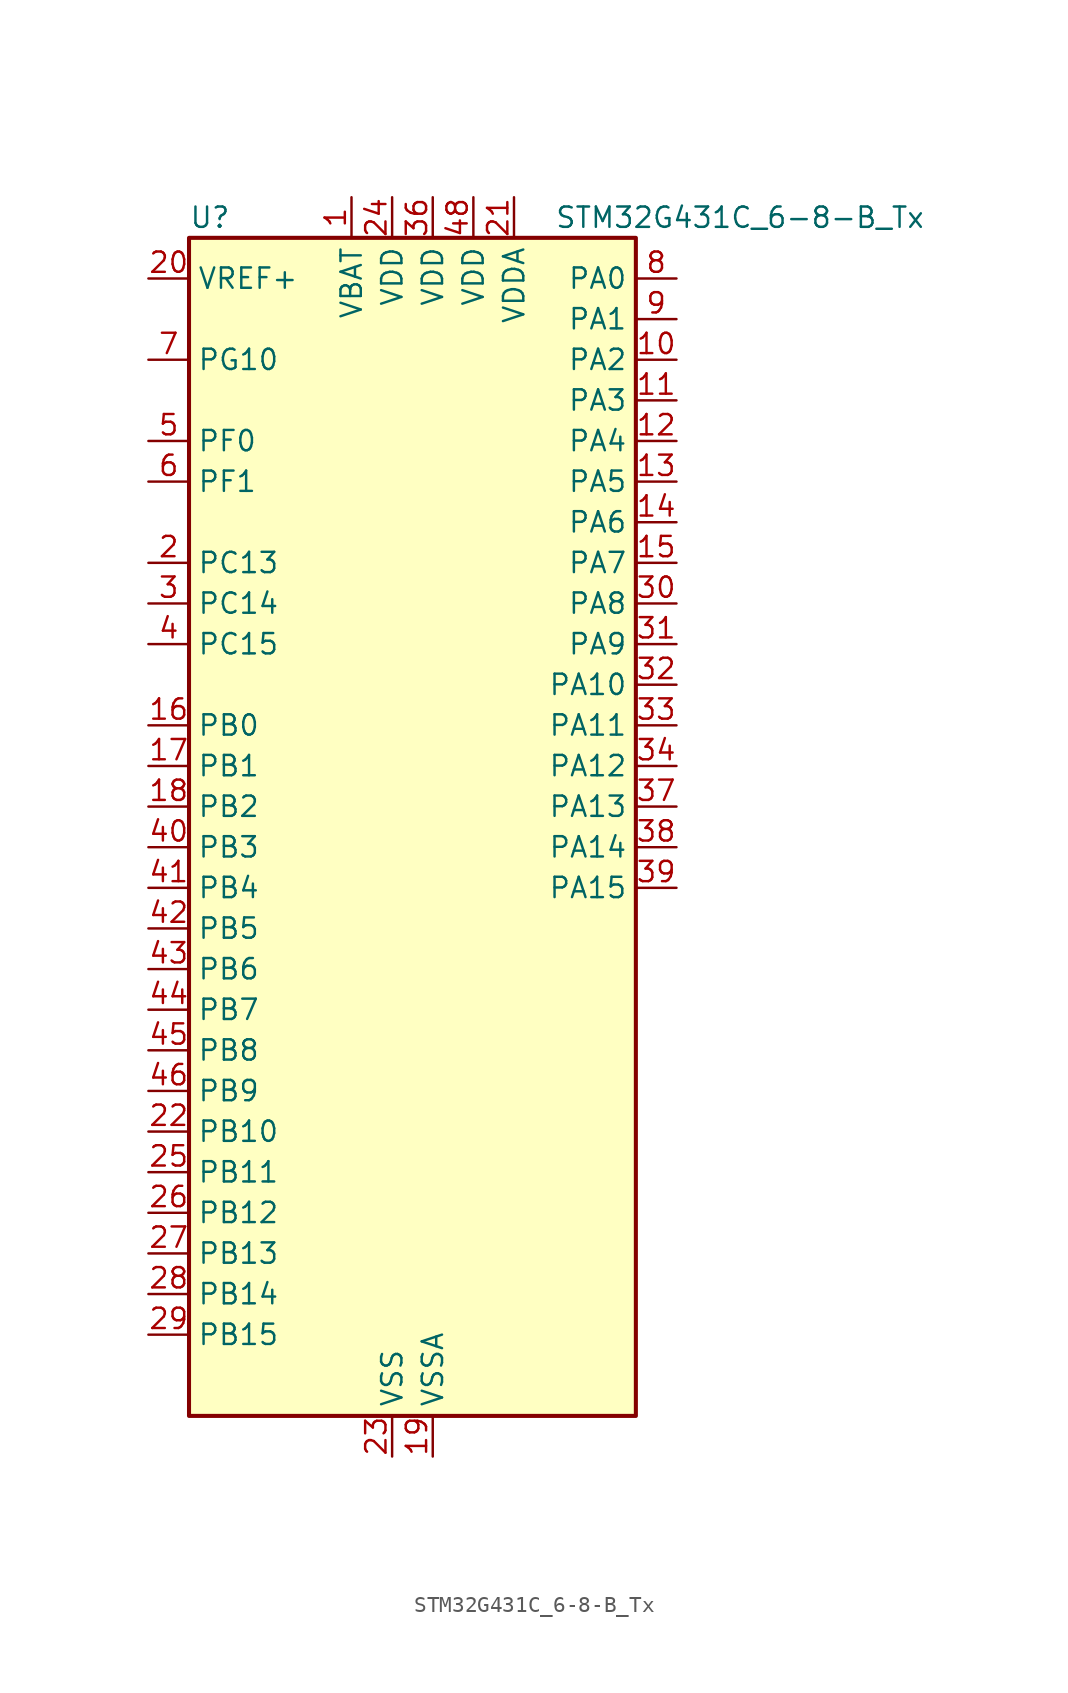
<source format=kicad_sym>
(kicad_symbol_lib
  (version 20231120)
  (generator "kicad_symbol_editor")
  (generator_version "8.0")
  (symbol "STM32G431C_6-8-B_Tx"
    (property "Reference" "U"
      (at -12.7 39.37 0)
      (effects (font (size 1.27 1.27)) (justify left)))
    (property "Value" "STM32G431C_6-8-B_Tx"
      (at 10.16 39.37 0)
      (effects (font (size 1.27 1.27)) (justify left)))
    (property "ki_locked" ""
      (at 0 0 0)
      (effects (font (size 1.27 1.27))))
    (symbol "STM32G431C_6-8-B_Tx_0_1"
      (rectangle (start -12.7 -35.56) (end 15.24 38.1) (stroke (width 0.254) (type default)) (fill (type background))))
    (symbol "STM32G431C_6-8-B_Tx_1_1"
      (pin power_in line (at -2.54 40.64 270) (length 2.54) (name "VBAT" (effects (font (size 1.27 1.27)))) (number "1" (effects (font (size 1.27 1.27)))))
      (pin bidirectional line (at 17.78 30.48 180) (length 2.54) (name "PA2" (effects (font (size 1.27 1.27)))) (number "10" (effects (font (size 1.27 1.27)))) (alternate "ADC1_IN3" bidirectional line) (alternate "COMP2_INM" bidirectional line) (alternate "COMP2_OUT" bidirectional line) (alternate "LPUART1_TX" bidirectional line) (alternate "OPAMP1_VOUT" bidirectional line) (alternate "RCC_LSCO" bidirectional line) (alternate "SYS_WKUP4" bidirectional line) (alternate "TIM15_CH1" bidirectional line) (alternate "TIM2_CH3" bidirectional line) (alternate "UCPD1_FRSTX1" bidirectional line) (alternate "UCPD1_FRSTX2" bidirectional line) (alternate "USART2_TX" bidirectional line))
      (pin bidirectional line (at 17.78 27.94 180) (length 2.54) (name "PA3" (effects (font (size 1.27 1.27)))) (number "11" (effects (font (size 1.27 1.27)))) (alternate "ADC1_IN4" bidirectional line) (alternate "COMP2_INP" bidirectional line) (alternate "LPUART1_RX" bidirectional line) (alternate "OPAMP1_VINM" bidirectional line) (alternate "OPAMP1_VINM0" bidirectional line) (alternate "OPAMP1_VINM_SEC" bidirectional line) (alternate "OPAMP1_VINP" bidirectional line) (alternate "OPAMP1_VINP_SEC" bidirectional line) (alternate "SAI1_CK1" bidirectional line) (alternate "SAI1_MCLK_A" bidirectional line) (alternate "TIM15_CH2" bidirectional line) (alternate "TIM2_CH4" bidirectional line) (alternate "USART2_RX" bidirectional line))
      (pin bidirectional line (at 17.78 25.4 180) (length 2.54) (name "PA4" (effects (font (size 1.27 1.27)))) (number "12" (effects (font (size 1.27 1.27)))) (alternate "ADC2_IN17" bidirectional line) (alternate "COMP1_INM" bidirectional line) (alternate "DAC1_OUT1" bidirectional line) (alternate "I2S3_WS" bidirectional line) (alternate "SAI1_FS_B" bidirectional line) (alternate "SPI1_NSS" bidirectional line) (alternate "SPI3_NSS" bidirectional line) (alternate "TIM3_CH2" bidirectional line) (alternate "USART2_CK" bidirectional line))
      (pin bidirectional line (at 17.78 22.86 180) (length 2.54) (name "PA5" (effects (font (size 1.27 1.27)))) (number "13" (effects (font (size 1.27 1.27)))) (alternate "ADC2_IN13" bidirectional line) (alternate "COMP2_INM" bidirectional line) (alternate "DAC1_OUT2" bidirectional line) (alternate "OPAMP2_VINM" bidirectional line) (alternate "OPAMP2_VINM0" bidirectional line) (alternate "OPAMP2_VINM_SEC" bidirectional line) (alternate "SPI1_SCK" bidirectional line) (alternate "TIM2_CH1" bidirectional line) (alternate "TIM2_ETR" bidirectional line) (alternate "UCPD1_FRSTX1" bidirectional line) (alternate "UCPD1_FRSTX2" bidirectional line))
      (pin bidirectional line (at 17.78 20.32 180) (length 2.54) (name "PA6" (effects (font (size 1.27 1.27)))) (number "14" (effects (font (size 1.27 1.27)))) (alternate "ADC2_IN3" bidirectional line) (alternate "COMP1_OUT" bidirectional line) (alternate "LPUART1_CTS" bidirectional line) (alternate "OPAMP2_VOUT" bidirectional line) (alternate "SPI1_MISO" bidirectional line) (alternate "TIM16_CH1" bidirectional line) (alternate "TIM1_BKIN" bidirectional line) (alternate "TIM3_CH1" bidirectional line) (alternate "TIM8_BKIN" bidirectional line))
      (pin bidirectional line (at 17.78 17.78 180) (length 2.54) (name "PA7" (effects (font (size 1.27 1.27)))) (number "15" (effects (font (size 1.27 1.27)))) (alternate "ADC2_IN4" bidirectional line) (alternate "COMP2_INP" bidirectional line) (alternate "COMP2_OUT" bidirectional line) (alternate "OPAMP1_VINP" bidirectional line) (alternate "OPAMP1_VINP_SEC" bidirectional line) (alternate "OPAMP2_VINP" bidirectional line) (alternate "OPAMP2_VINP_SEC" bidirectional line) (alternate "SPI1_MOSI" bidirectional line) (alternate "TIM17_CH1" bidirectional line) (alternate "TIM1_CH1N" bidirectional line) (alternate "TIM3_CH2" bidirectional line) (alternate "TIM8_CH1N" bidirectional line) (alternate "UCPD1_FRSTX1" bidirectional line) (alternate "UCPD1_FRSTX2" bidirectional line))
      (pin bidirectional line (at -15.24 7.62 0) (length 2.54) (name "PB0" (effects (font (size 1.27 1.27)))) (number "16" (effects (font (size 1.27 1.27)))) (alternate "ADC1_IN15" bidirectional line) (alternate "COMP4_INP" bidirectional line) (alternate "OPAMP2_VINP" bidirectional line) (alternate "OPAMP2_VINP_SEC" bidirectional line) (alternate "OPAMP3_VINP" bidirectional line) (alternate "OPAMP3_VINP_SEC" bidirectional line) (alternate "TIM1_CH2N" bidirectional line) (alternate "TIM3_CH3" bidirectional line) (alternate "TIM8_CH2N" bidirectional line) (alternate "UCPD1_FRSTX1" bidirectional line) (alternate "UCPD1_FRSTX2" bidirectional line))
      (pin bidirectional line (at -15.24 5.08 0) (length 2.54) (name "PB1" (effects (font (size 1.27 1.27)))) (number "17" (effects (font (size 1.27 1.27)))) (alternate "ADC1_IN12" bidirectional line) (alternate "COMP1_INP" bidirectional line) (alternate "COMP4_OUT" bidirectional line) (alternate "LPUART1_DE" bidirectional line) (alternate "LPUART1_RTS" bidirectional line) (alternate "OPAMP3_VOUT" bidirectional line) (alternate "TIM1_CH3N" bidirectional line) (alternate "TIM3_CH4" bidirectional line) (alternate "TIM8_CH3N" bidirectional line))
      (pin bidirectional line (at -15.24 2.54 0) (length 2.54) (name "PB2" (effects (font (size 1.27 1.27)))) (number "18" (effects (font (size 1.27 1.27)))) (alternate "ADC2_IN12" bidirectional line) (alternate "COMP4_INM" bidirectional line) (alternate "I2C3_SMBA" bidirectional line) (alternate "LPTIM1_OUT" bidirectional line) (alternate "OPAMP3_VINM" bidirectional line) (alternate "OPAMP3_VINM0" bidirectional line) (alternate "OPAMP3_VINM_SEC" bidirectional line) (alternate "RTC_OUT2" bidirectional line))
      (pin power_in line (at 2.54 -38.1 90) (length 2.54) (name "VSSA" (effects (font (size 1.27 1.27)))) (number "19" (effects (font (size 1.27 1.27)))))
      (pin bidirectional line (at -15.24 17.78 0) (length 2.54) (name "PC13" (effects (font (size 1.27 1.27)))) (number "2" (effects (font (size 1.27 1.27)))) (alternate "RTC_OUT1" bidirectional line) (alternate "RTC_TAMP1" bidirectional line) (alternate "RTC_TS" bidirectional line) (alternate "SYS_WKUP2" bidirectional line) (alternate "TIM1_BKIN" bidirectional line) (alternate "TIM1_CH1N" bidirectional line) (alternate "TIM8_CH4N" bidirectional line))
      (pin input line (at -15.24 35.56 0) (length 2.54) (name "VREF+" (effects (font (size 1.27 1.27)))) (number "20" (effects (font (size 1.27 1.27)))) (alternate "VREFBUF_OUT" bidirectional line))
      (pin power_in line (at 7.62 40.64 270) (length 2.54) (name "VDDA" (effects (font (size 1.27 1.27)))) (number "21" (effects (font (size 1.27 1.27)))))
      (pin bidirectional line (at -15.24 -17.78 0) (length 2.54) (name "PB10" (effects (font (size 1.27 1.27)))) (number "22" (effects (font (size 1.27 1.27)))) (alternate "DAC1_EXTI10" bidirectional line) (alternate "DAC3_EXTI10" bidirectional line) (alternate "LPUART1_RX" bidirectional line) (alternate "OPAMP3_VINM" bidirectional line) (alternate "OPAMP3_VINM1" bidirectional line) (alternate "OPAMP3_VINM_SEC" bidirectional line) (alternate "SAI1_SCK_A" bidirectional line) (alternate "TIM1_BKIN" bidirectional line) (alternate "TIM2_CH3" bidirectional line) (alternate "USART3_TX" bidirectional line))
      (pin power_in line (at 0 -38.1 90) (length 2.54) (name "VSS" (effects (font (size 1.27 1.27)))) (number "23" (effects (font (size 1.27 1.27)))))
      (pin power_in line (at 0 40.64 270) (length 2.54) (name "VDD" (effects (font (size 1.27 1.27)))) (number "24" (effects (font (size 1.27 1.27)))))
      (pin bidirectional line (at -15.24 -20.32 0) (length 2.54) (name "PB11" (effects (font (size 1.27 1.27)))) (number "25" (effects (font (size 1.27 1.27)))) (alternate "ADC1_EXTI11" bidirectional line) (alternate "ADC1_IN14" bidirectional line) (alternate "ADC2_EXTI11" bidirectional line) (alternate "ADC2_IN14" bidirectional line) (alternate "LPUART1_TX" bidirectional line) (alternate "TIM2_CH4" bidirectional line) (alternate "USART3_RX" bidirectional line))
      (pin bidirectional line (at -15.24 -22.86 0) (length 2.54) (name "PB12" (effects (font (size 1.27 1.27)))) (number "26" (effects (font (size 1.27 1.27)))) (alternate "ADC1_IN11" bidirectional line) (alternate "I2C2_SMBA" bidirectional line) (alternate "I2S2_WS" bidirectional line) (alternate "LPUART1_DE" bidirectional line) (alternate "LPUART1_RTS" bidirectional line) (alternate "SPI2_NSS" bidirectional line) (alternate "TIM1_BKIN" bidirectional line) (alternate "USART3_CK" bidirectional line))
      (pin bidirectional line (at -15.24 -25.4 0) (length 2.54) (name "PB13" (effects (font (size 1.27 1.27)))) (number "27" (effects (font (size 1.27 1.27)))) (alternate "I2S2_CK" bidirectional line) (alternate "LPUART1_CTS" bidirectional line) (alternate "OPAMP3_VINP" bidirectional line) (alternate "OPAMP3_VINP_SEC" bidirectional line) (alternate "SPI2_SCK" bidirectional line) (alternate "TIM1_CH1N" bidirectional line) (alternate "USART3_CTS" bidirectional line) (alternate "USART3_NSS" bidirectional line))
      (pin bidirectional line (at -15.24 -27.94 0) (length 2.54) (name "PB14" (effects (font (size 1.27 1.27)))) (number "28" (effects (font (size 1.27 1.27)))) (alternate "ADC1_IN5" bidirectional line) (alternate "COMP4_OUT" bidirectional line) (alternate "OPAMP2_VINP" bidirectional line) (alternate "OPAMP2_VINP_SEC" bidirectional line) (alternate "SPI2_MISO" bidirectional line) (alternate "TIM15_CH1" bidirectional line) (alternate "TIM1_CH2N" bidirectional line) (alternate "USART3_DE" bidirectional line) (alternate "USART3_RTS" bidirectional line))
      (pin bidirectional line (at -15.24 -30.48 0) (length 2.54) (name "PB15" (effects (font (size 1.27 1.27)))) (number "29" (effects (font (size 1.27 1.27)))) (alternate "ADC1_EXTI15" bidirectional line) (alternate "ADC2_EXTI15" bidirectional line) (alternate "ADC2_IN15" bidirectional line) (alternate "COMP3_OUT" bidirectional line) (alternate "I2S2_SD" bidirectional line) (alternate "RTC_REFIN" bidirectional line) (alternate "SPI2_MOSI" bidirectional line) (alternate "TIM15_CH1N" bidirectional line) (alternate "TIM15_CH2" bidirectional line) (alternate "TIM1_CH3N" bidirectional line))
      (pin bidirectional line (at -15.24 15.24 0) (length 2.54) (name "PC14" (effects (font (size 1.27 1.27)))) (number "3" (effects (font (size 1.27 1.27)))) (alternate "RCC_OSC32_IN" bidirectional line))
      (pin bidirectional line (at 17.78 15.24 180) (length 2.54) (name "PA8" (effects (font (size 1.27 1.27)))) (number "30" (effects (font (size 1.27 1.27)))) (alternate "I2C2_SDA" bidirectional line) (alternate "I2C3_SCL" bidirectional line) (alternate "I2S2_MCK" bidirectional line) (alternate "RCC_MCO" bidirectional line) (alternate "SAI1_CK2" bidirectional line) (alternate "SAI1_SCK_A" bidirectional line) (alternate "TIM1_CH1" bidirectional line) (alternate "TIM4_ETR" bidirectional line) (alternate "USART1_CK" bidirectional line))
      (pin bidirectional line (at 17.78 12.7 180) (length 2.54) (name "PA9" (effects (font (size 1.27 1.27)))) (number "31" (effects (font (size 1.27 1.27)))) (alternate "DAC1_EXTI9" bidirectional line) (alternate "DAC3_EXTI9" bidirectional line) (alternate "I2C2_SCL" bidirectional line) (alternate "I2C3_SMBA" bidirectional line) (alternate "I2S3_MCK" bidirectional line) (alternate "SAI1_FS_A" bidirectional line) (alternate "TIM15_BKIN" bidirectional line) (alternate "TIM1_CH2" bidirectional line) (alternate "TIM2_CH3" bidirectional line) (alternate "UCPD1_DBCC1" bidirectional line) (alternate "USART1_TX" bidirectional line))
      (pin bidirectional line (at 17.78 10.16 180) (length 2.54) (name "PA10" (effects (font (size 1.27 1.27)))) (number "32" (effects (font (size 1.27 1.27)))) (alternate "CRS_SYNC" bidirectional line) (alternate "DAC1_EXTI10" bidirectional line) (alternate "DAC3_EXTI10" bidirectional line) (alternate "I2C2_SMBA" bidirectional line) (alternate "SAI1_D1" bidirectional line) (alternate "SAI1_SD_A" bidirectional line) (alternate "SPI2_MISO" bidirectional line) (alternate "TIM17_BKIN" bidirectional line) (alternate "TIM1_CH3" bidirectional line) (alternate "TIM2_CH4" bidirectional line) (alternate "TIM8_BKIN" bidirectional line) (alternate "UCPD1_DBCC2" bidirectional line) (alternate "USART1_RX" bidirectional line))
      (pin bidirectional line (at 17.78 7.62 180) (length 2.54) (name "PA11" (effects (font (size 1.27 1.27)))) (number "33" (effects (font (size 1.27 1.27)))) (alternate "ADC1_EXTI11" bidirectional line) (alternate "ADC2_EXTI11" bidirectional line) (alternate "COMP1_OUT" bidirectional line) (alternate "FDCAN1_RX" bidirectional line) (alternate "I2S2_SD" bidirectional line) (alternate "SPI2_MOSI" bidirectional line) (alternate "TIM1_BKIN2" bidirectional line) (alternate "TIM1_CH1N" bidirectional line) (alternate "TIM1_CH4" bidirectional line) (alternate "TIM4_CH1" bidirectional line) (alternate "USART1_CTS" bidirectional line) (alternate "USART1_NSS" bidirectional line) (alternate "USB_DM" bidirectional line))
      (pin bidirectional line (at 17.78 5.08 180) (length 2.54) (name "PA12" (effects (font (size 1.27 1.27)))) (number "34" (effects (font (size 1.27 1.27)))) (alternate "COMP2_OUT" bidirectional line) (alternate "FDCAN1_TX" bidirectional line) (alternate "I2S_CKIN" bidirectional line) (alternate "TIM16_CH1" bidirectional line) (alternate "TIM1_CH2N" bidirectional line) (alternate "TIM1_ETR" bidirectional line) (alternate "TIM4_CH2" bidirectional line) (alternate "USART1_DE" bidirectional line) (alternate "USART1_RTS" bidirectional line) (alternate "USB_DP" bidirectional line))
      (pin passive line (at 0 -38.1 90) (length 2.54) hide (name "VSS" (effects (font (size 1.27 1.27)))) (number "35" (effects (font (size 1.27 1.27)))))
      (pin power_in line (at 2.54 40.64 270) (length 2.54) (name "VDD" (effects (font (size 1.27 1.27)))) (number "36" (effects (font (size 1.27 1.27)))))
      (pin bidirectional line (at 17.78 2.54 180) (length 2.54) (name "PA13" (effects (font (size 1.27 1.27)))) (number "37" (effects (font (size 1.27 1.27)))) (alternate "I2C1_SCL" bidirectional line) (alternate "IR_OUT" bidirectional line) (alternate "SAI1_SD_B" bidirectional line) (alternate "SYS_JTMS-SWDIO" bidirectional line) (alternate "TIM16_CH1N" bidirectional line) (alternate "TIM4_CH3" bidirectional line) (alternate "USART3_CTS" bidirectional line) (alternate "USART3_NSS" bidirectional line))
      (pin bidirectional line (at 17.78 0 180) (length 2.54) (name "PA14" (effects (font (size 1.27 1.27)))) (number "38" (effects (font (size 1.27 1.27)))) (alternate "I2C1_SDA" bidirectional line) (alternate "LPTIM1_OUT" bidirectional line) (alternate "SAI1_FS_B" bidirectional line) (alternate "SYS_JTCK-SWCLK" bidirectional line) (alternate "TIM1_BKIN" bidirectional line) (alternate "TIM8_CH2" bidirectional line) (alternate "USART2_TX" bidirectional line))
      (pin bidirectional line (at 17.78 -2.54 180) (length 2.54) (name "PA15" (effects (font (size 1.27 1.27)))) (number "39" (effects (font (size 1.27 1.27)))) (alternate "ADC1_EXTI15" bidirectional line) (alternate "ADC2_EXTI15" bidirectional line) (alternate "I2C1_SCL" bidirectional line) (alternate "I2S3_WS" bidirectional line) (alternate "SPI1_NSS" bidirectional line) (alternate "SPI3_NSS" bidirectional line) (alternate "SYS_JTDI" bidirectional line) (alternate "TIM1_BKIN" bidirectional line) (alternate "TIM2_CH1" bidirectional line) (alternate "TIM2_ETR" bidirectional line) (alternate "TIM8_CH1" bidirectional line) (alternate "USART2_RX" bidirectional line))
      (pin bidirectional line (at -15.24 12.7 0) (length 2.54) (name "PC15" (effects (font (size 1.27 1.27)))) (number "4" (effects (font (size 1.27 1.27)))) (alternate "ADC1_EXTI15" bidirectional line) (alternate "ADC2_EXTI15" bidirectional line) (alternate "RCC_OSC32_OUT" bidirectional line))
      (pin bidirectional line (at -15.24 0 0) (length 2.54) (name "PB3" (effects (font (size 1.27 1.27)))) (number "40" (effects (font (size 1.27 1.27)))) (alternate "CRS_SYNC" bidirectional line) (alternate "I2S3_CK" bidirectional line) (alternate "SAI1_SCK_B" bidirectional line) (alternate "SPI1_SCK" bidirectional line) (alternate "SPI3_SCK" bidirectional line) (alternate "SYS_JTDO-SWO" bidirectional line) (alternate "TIM2_CH2" bidirectional line) (alternate "TIM3_ETR" bidirectional line) (alternate "TIM4_ETR" bidirectional line) (alternate "TIM8_CH1N" bidirectional line) (alternate "USART2_TX" bidirectional line))
      (pin bidirectional line (at -15.24 -2.54 0) (length 2.54) (name "PB4" (effects (font (size 1.27 1.27)))) (number "41" (effects (font (size 1.27 1.27)))) (alternate "SAI1_MCLK_B" bidirectional line) (alternate "SPI1_MISO" bidirectional line) (alternate "SPI3_MISO" bidirectional line) (alternate "SYS_JTRST" bidirectional line) (alternate "TIM16_CH1" bidirectional line) (alternate "TIM17_BKIN" bidirectional line) (alternate "TIM3_CH1" bidirectional line) (alternate "TIM8_CH2N" bidirectional line) (alternate "UCPD1_CC2" bidirectional line) (alternate "USART2_RX" bidirectional line))
      (pin bidirectional line (at -15.24 -5.08 0) (length 2.54) (name "PB5" (effects (font (size 1.27 1.27)))) (number "42" (effects (font (size 1.27 1.27)))) (alternate "I2C1_SMBA" bidirectional line) (alternate "I2C3_SDA" bidirectional line) (alternate "I2S3_SD" bidirectional line) (alternate "LPTIM1_IN1" bidirectional line) (alternate "SAI1_SD_B" bidirectional line) (alternate "SPI1_MOSI" bidirectional line) (alternate "SPI3_MOSI" bidirectional line) (alternate "TIM16_BKIN" bidirectional line) (alternate "TIM17_CH1" bidirectional line) (alternate "TIM3_CH2" bidirectional line) (alternate "TIM8_CH3N" bidirectional line) (alternate "USART2_CK" bidirectional line))
      (pin bidirectional line (at -15.24 -7.62 0) (length 2.54) (name "PB6" (effects (font (size 1.27 1.27)))) (number "43" (effects (font (size 1.27 1.27)))) (alternate "COMP4_OUT" bidirectional line) (alternate "LPTIM1_ETR" bidirectional line) (alternate "SAI1_FS_B" bidirectional line) (alternate "TIM16_CH1N" bidirectional line) (alternate "TIM4_CH1" bidirectional line) (alternate "TIM8_BKIN2" bidirectional line) (alternate "TIM8_CH1" bidirectional line) (alternate "TIM8_ETR" bidirectional line) (alternate "UCPD1_CC1" bidirectional line) (alternate "USART1_TX" bidirectional line))
      (pin bidirectional line (at -15.24 -10.16 0) (length 2.54) (name "PB7" (effects (font (size 1.27 1.27)))) (number "44" (effects (font (size 1.27 1.27)))) (alternate "COMP3_OUT" bidirectional line) (alternate "I2C1_SDA" bidirectional line) (alternate "LPTIM1_IN2" bidirectional line) (alternate "SYS_PVD_IN" bidirectional line) (alternate "TIM17_CH1N" bidirectional line) (alternate "TIM3_CH4" bidirectional line) (alternate "TIM4_CH2" bidirectional line) (alternate "TIM8_BKIN" bidirectional line) (alternate "USART1_RX" bidirectional line))
      (pin bidirectional line (at -15.24 -12.7 0) (length 2.54) (name "PB8" (effects (font (size 1.27 1.27)))) (number "45" (effects (font (size 1.27 1.27)))) (alternate "COMP1_OUT" bidirectional line) (alternate "FDCAN1_RX" bidirectional line) (alternate "I2C1_SCL" bidirectional line) (alternate "SAI1_CK1" bidirectional line) (alternate "SAI1_MCLK_A" bidirectional line) (alternate "TIM16_CH1" bidirectional line) (alternate "TIM1_BKIN" bidirectional line) (alternate "TIM4_CH3" bidirectional line) (alternate "TIM8_CH2" bidirectional line) (alternate "USART3_RX" bidirectional line))
      (pin bidirectional line (at -15.24 -15.24 0) (length 2.54) (name "PB9" (effects (font (size 1.27 1.27)))) (number "46" (effects (font (size 1.27 1.27)))) (alternate "COMP2_OUT" bidirectional line) (alternate "DAC1_EXTI9" bidirectional line) (alternate "DAC3_EXTI9" bidirectional line) (alternate "FDCAN1_TX" bidirectional line) (alternate "I2C1_SDA" bidirectional line) (alternate "IR_OUT" bidirectional line) (alternate "SAI1_D2" bidirectional line) (alternate "SAI1_FS_A" bidirectional line) (alternate "TIM17_CH1" bidirectional line) (alternate "TIM1_CH3N" bidirectional line) (alternate "TIM4_CH4" bidirectional line) (alternate "TIM8_CH3" bidirectional line) (alternate "USART3_TX" bidirectional line))
      (pin passive line (at 0 -38.1 90) (length 2.54) hide (name "VSS" (effects (font (size 1.27 1.27)))) (number "47" (effects (font (size 1.27 1.27)))))
      (pin power_in line (at 5.08 40.64 270) (length 2.54) (name "VDD" (effects (font (size 1.27 1.27)))) (number "48" (effects (font (size 1.27 1.27)))))
      (pin bidirectional line (at -15.24 25.4 0) (length 2.54) (name "PF0" (effects (font (size 1.27 1.27)))) (number "5" (effects (font (size 1.27 1.27)))) (alternate "ADC1_IN10" bidirectional line) (alternate "I2C2_SDA" bidirectional line) (alternate "I2S2_WS" bidirectional line) (alternate "RCC_OSC_IN" bidirectional line) (alternate "SPI2_NSS" bidirectional line) (alternate "TIM1_CH3N" bidirectional line))
      (pin bidirectional line (at -15.24 22.86 0) (length 2.54) (name "PF1" (effects (font (size 1.27 1.27)))) (number "6" (effects (font (size 1.27 1.27)))) (alternate "ADC2_IN10" bidirectional line) (alternate "COMP3_INM" bidirectional line) (alternate "I2S2_CK" bidirectional line) (alternate "RCC_OSC_OUT" bidirectional line) (alternate "SPI2_SCK" bidirectional line))
      (pin bidirectional line (at -15.24 30.48 0) (length 2.54) (name "PG10" (effects (font (size 1.27 1.27)))) (number "7" (effects (font (size 1.27 1.27)))) (alternate "DAC1_EXTI10" bidirectional line) (alternate "DAC3_EXTI10" bidirectional line) (alternate "RCC_MCO" bidirectional line))
      (pin bidirectional line (at 17.78 35.56 180) (length 2.54) (name "PA0" (effects (font (size 1.27 1.27)))) (number "8" (effects (font (size 1.27 1.27)))) (alternate "ADC1_IN1" bidirectional line) (alternate "ADC2_IN1" bidirectional line) (alternate "COMP1_INM" bidirectional line) (alternate "COMP1_OUT" bidirectional line) (alternate "COMP3_INP" bidirectional line) (alternate "RTC_TAMP2" bidirectional line) (alternate "SYS_WKUP1" bidirectional line) (alternate "TIM2_CH1" bidirectional line) (alternate "TIM2_ETR" bidirectional line) (alternate "TIM8_BKIN" bidirectional line) (alternate "TIM8_ETR" bidirectional line) (alternate "USART2_CTS" bidirectional line) (alternate "USART2_NSS" bidirectional line))
      (pin bidirectional line (at 17.78 33.02 180) (length 2.54) (name "PA1" (effects (font (size 1.27 1.27)))) (number "9" (effects (font (size 1.27 1.27)))) (alternate "ADC1_IN2" bidirectional line) (alternate "ADC2_IN2" bidirectional line) (alternate "COMP1_INP" bidirectional line) (alternate "OPAMP1_VINP" bidirectional line) (alternate "OPAMP1_VINP_SEC" bidirectional line) (alternate "OPAMP3_VINP" bidirectional line) (alternate "OPAMP3_VINP_SEC" bidirectional line) (alternate "RTC_REFIN" bidirectional line) (alternate "TIM15_CH1N" bidirectional line) (alternate "TIM2_CH2" bidirectional line) (alternate "USART2_DE" bidirectional line) (alternate "USART2_RTS" bidirectional line)))))
</source>
